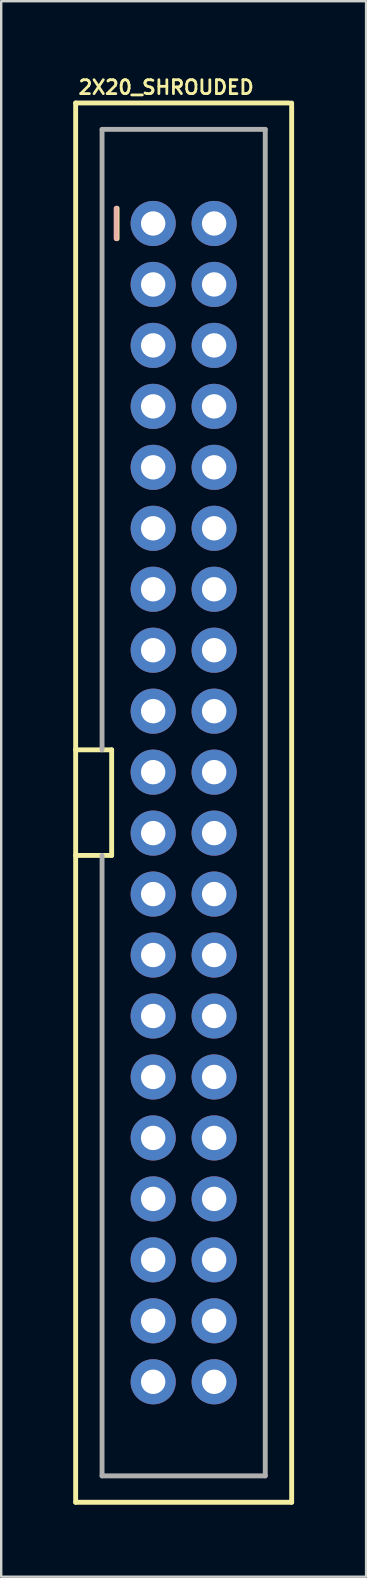
<source format=kicad_pcb>
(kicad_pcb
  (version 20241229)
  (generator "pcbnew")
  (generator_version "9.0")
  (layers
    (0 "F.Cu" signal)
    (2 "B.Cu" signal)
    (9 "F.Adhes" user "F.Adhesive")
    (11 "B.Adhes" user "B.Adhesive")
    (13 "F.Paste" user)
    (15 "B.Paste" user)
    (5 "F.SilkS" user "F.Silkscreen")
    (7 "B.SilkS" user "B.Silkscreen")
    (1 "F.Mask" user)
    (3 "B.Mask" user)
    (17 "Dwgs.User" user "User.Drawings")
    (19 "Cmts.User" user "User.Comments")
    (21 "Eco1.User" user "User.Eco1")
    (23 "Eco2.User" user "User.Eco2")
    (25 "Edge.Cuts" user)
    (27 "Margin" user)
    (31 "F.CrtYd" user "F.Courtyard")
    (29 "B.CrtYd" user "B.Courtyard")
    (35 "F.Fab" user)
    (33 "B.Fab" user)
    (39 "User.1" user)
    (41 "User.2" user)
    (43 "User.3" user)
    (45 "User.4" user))
  (footprint "2X20_SHROUDED"
    (layer "F.Cu")
    (at 4.602 30.391)
    (property "Reference" "2X20_SHROUDED" (at -4.445 -29.464 0) (layer "F.SilkS") (effects (font (size 0.579 0.579) (thickness 0.116)) (justify left bottom)))
    (attr through_hole)
    (fp_line (start -4.5 -29.15) (end 4.4 -29.15) (stroke (width 0.203) (type solid)) (layer "F.SilkS"))
    (fp_line (start -4.5 -2.2) (end -3 -2.2) (stroke (width 0.203) (type solid)) (layer "F.SilkS"))
    (fp_line (start -4.5 29.15) (end -4.5 -29.15) (stroke (width 0.203) (type solid)) (layer "F.SilkS"))
    (fp_line (start -3 -2.2) (end -3 2.2) (stroke (width 0.203) (type solid)) (layer "F.SilkS"))
    (fp_line (start -3 2.2) (end -4.5 2.2) (stroke (width 0.203) (type solid)) (layer "F.SilkS"))
    (fp_line (start -2.775 -24.765) (end -2.775 -23.495) (stroke (width 0.203) (type solid)) (layer "F.SilkS"))
    (fp_line (start 4.5 -29.15) (end 4.5 29.15) (stroke (width 0.203) (type solid)) (layer "F.SilkS"))
    (fp_line (start 4.5 29.15) (end -4.5 29.15) (stroke (width 0.203) (type solid)) (layer "F.SilkS"))
    (fp_line (start -2.813 -24.765) (end -2.813 -23.495) (stroke (width 0.203) (type solid)) (layer "B.SilkS"))
    (fp_line (start -3.4 -28.05) (end -3.4 -2.2) (stroke (width 0.203) (type solid)) (layer "F.Fab"))
    (fp_line (start -3.4 -28.05) (end 3.4 -28.05) (stroke (width 0.203) (type solid)) (layer "F.Fab"))
    (fp_line (start -3.4 28.05) (end -3.4 2.2) (stroke (width 0.203) (type solid)) (layer "F.Fab"))
    (fp_line (start -3.4 28.05) (end 3.4 28.05) (stroke (width 0.203) (type solid)) (layer "F.Fab"))
    (fp_line (start 3.4 -28.05) (end 3.4 28.05) (stroke (width 0.203) (type solid)) (layer "F.Fab"))
    (fp_poly (pts (xy -1.524 -23.876) (xy -1.016 -23.876) (xy -1.016 -24.384) (xy -1.524 -24.384)) (stroke (width 0.1) (type solid)) (fill no) (layer "F.Fab"))
    (fp_poly (pts (xy -1.524 -21.336) (xy -1.016 -21.336) (xy -1.016 -21.844) (xy -1.524 -21.844)) (stroke (width 0.1) (type solid)) (fill no) (layer "F.Fab"))
    (fp_poly (pts (xy -1.524 -18.796) (xy -1.016 -18.796) (xy -1.016 -19.304) (xy -1.524 -19.304)) (stroke (width 0.1) (type solid)) (fill no) (layer "F.Fab"))
    (fp_poly (pts (xy -1.524 -16.256) (xy -1.016 -16.256) (xy -1.016 -16.764) (xy -1.524 -16.764)) (stroke (width 0.1) (type solid)) (fill no) (layer "F.Fab"))
    (fp_poly (pts (xy -1.524 -16.256) (xy -1.016 -16.256) (xy -1.016 -16.764) (xy -1.524 -16.764)) (stroke (width 0.1) (type solid)) (fill no) (layer "F.Fab"))
    (fp_poly (pts (xy -1.524 -13.716) (xy -1.016 -13.716) (xy -1.016 -14.224) (xy -1.524 -14.224)) (stroke (width 0.1) (type solid)) (fill no) (layer "F.Fab"))
    (fp_poly (pts (xy -1.524 -11.176) (xy -1.016 -11.176) (xy -1.016 -11.684) (xy -1.524 -11.684)) (stroke (width 0.1) (type solid)) (fill no) (layer "F.Fab"))
    (fp_poly (pts (xy -1.524 -8.636) (xy -1.016 -8.636) (xy -1.016 -9.144) (xy -1.524 -9.144)) (stroke (width 0.1) (type solid)) (fill no) (layer "F.Fab"))
    (fp_poly (pts (xy -1.524 -6.096) (xy -1.016 -6.096) (xy -1.016 -6.604) (xy -1.524 -6.604)) (stroke (width 0.1) (type solid)) (fill no) (layer "F.Fab"))
    (fp_poly (pts (xy -1.524 -3.556) (xy -1.016 -3.556) (xy -1.016 -4.064) (xy -1.524 -4.064)) (stroke (width 0.1) (type solid)) (fill no) (layer "F.Fab"))
    (fp_poly (pts (xy -1.524 -3.556) (xy -1.016 -3.556) (xy -1.016 -4.064) (xy -1.524 -4.064)) (stroke (width 0.1) (type solid)) (fill no) (layer "F.Fab"))
    (fp_poly (pts (xy -1.524 -1.016) (xy -1.016 -1.016) (xy -1.016 -1.524) (xy -1.524 -1.524)) (stroke (width 0.1) (type solid)) (fill no) (layer "F.Fab"))
    (fp_poly (pts (xy -1.524 1.524) (xy -1.016 1.524) (xy -1.016 1.016) (xy -1.524 1.016)) (stroke (width 0.1) (type solid)) (fill no) (layer "F.Fab"))
    (fp_poly (pts (xy -1.524 4.064) (xy -1.016 4.064) (xy -1.016 3.556) (xy -1.524 3.556)) (stroke (width 0.1) (type solid)) (fill no) (layer "F.Fab"))
    (fp_poly (pts (xy -1.524 4.064) (xy -1.016 4.064) (xy -1.016 3.556) (xy -1.524 3.556)) (stroke (width 0.1) (type solid)) (fill no) (layer "F.Fab"))
    (fp_poly (pts (xy -1.524 6.604) (xy -1.016 6.604) (xy -1.016 6.096) (xy -1.524 6.096)) (stroke (width 0.1) (type solid)) (fill no) (layer "F.Fab"))
    (fp_poly (pts (xy -1.524 9.144) (xy -1.016 9.144) (xy -1.016 8.636) (xy -1.524 8.636)) (stroke (width 0.1) (type solid)) (fill no) (layer "F.Fab"))
    (fp_poly (pts (xy -1.524 11.684) (xy -1.016 11.684) (xy -1.016 11.176) (xy -1.524 11.176)) (stroke (width 0.1) (type solid)) (fill no) (layer "F.Fab"))
    (fp_poly (pts (xy -1.524 14.224) (xy -1.016 14.224) (xy -1.016 13.716) (xy -1.524 13.716)) (stroke (width 0.1) (type solid)) (fill no) (layer "F.Fab"))
    (fp_poly (pts (xy -1.524 16.764) (xy -1.016 16.764) (xy -1.016 16.256) (xy -1.524 16.256)) (stroke (width 0.1) (type solid)) (fill no) (layer "F.Fab"))
    (fp_poly (pts (xy -1.524 19.304) (xy -1.016 19.304) (xy -1.016 18.796) (xy -1.524 18.796)) (stroke (width 0.1) (type solid)) (fill no) (layer "F.Fab"))
    (fp_poly (pts (xy -1.524 21.844) (xy -1.016 21.844) (xy -1.016 21.336) (xy -1.524 21.336)) (stroke (width 0.1) (type solid)) (fill no) (layer "F.Fab"))
    (fp_poly (pts (xy -1.524 24.384) (xy -1.016 24.384) (xy -1.016 23.876) (xy -1.524 23.876)) (stroke (width 0.1) (type solid)) (fill no) (layer "F.Fab"))
    (fp_poly (pts (xy 1.016 -23.876) (xy 1.524 -23.876) (xy 1.524 -24.384) (xy 1.016 -24.384)) (stroke (width 0.1) (type solid)) (fill no) (layer "F.Fab"))
    (fp_poly (pts (xy 1.016 -21.336) (xy 1.524 -21.336) (xy 1.524 -21.844) (xy 1.016 -21.844)) (stroke (width 0.1) (type solid)) (fill no) (layer "F.Fab"))
    (fp_poly (pts (xy 1.016 -18.796) (xy 1.524 -18.796) (xy 1.524 -19.304) (xy 1.016 -19.304)) (stroke (width 0.1) (type solid)) (fill no) (layer "F.Fab"))
    (fp_poly (pts (xy 1.016 -16.256) (xy 1.524 -16.256) (xy 1.524 -16.764) (xy 1.016 -16.764)) (stroke (width 0.1) (type solid)) (fill no) (layer "F.Fab"))
    (fp_poly (pts (xy 1.016 -16.256) (xy 1.524 -16.256) (xy 1.524 -16.764) (xy 1.016 -16.764)) (stroke (width 0.1) (type solid)) (fill no) (layer "F.Fab"))
    (fp_poly (pts (xy 1.016 -13.716) (xy 1.524 -13.716) (xy 1.524 -14.224) (xy 1.016 -14.224)) (stroke (width 0.1) (type solid)) (fill no) (layer "F.Fab"))
    (fp_poly (pts (xy 1.016 -11.176) (xy 1.524 -11.176) (xy 1.524 -11.684) (xy 1.016 -11.684)) (stroke (width 0.1) (type solid)) (fill no) (layer "F.Fab"))
    (fp_poly (pts (xy 1.016 -8.636) (xy 1.524 -8.636) (xy 1.524 -9.144) (xy 1.016 -9.144)) (stroke (width 0.1) (type solid)) (fill no) (layer "F.Fab"))
    (fp_poly (pts (xy 1.016 -6.096) (xy 1.524 -6.096) (xy 1.524 -6.604) (xy 1.016 -6.604)) (stroke (width 0.1) (type solid)) (fill no) (layer "F.Fab"))
    (fp_poly (pts (xy 1.016 -3.556) (xy 1.524 -3.556) (xy 1.524 -4.064) (xy 1.016 -4.064)) (stroke (width 0.1) (type solid)) (fill no) (layer "F.Fab"))
    (fp_poly (pts (xy 1.016 -3.556) (xy 1.524 -3.556) (xy 1.524 -4.064) (xy 1.016 -4.064)) (stroke (width 0.1) (type solid)) (fill no) (layer "F.Fab"))
    (fp_poly (pts (xy 1.016 -1.016) (xy 1.524 -1.016) (xy 1.524 -1.524) (xy 1.016 -1.524)) (stroke (width 0.1) (type solid)) (fill no) (layer "F.Fab"))
    (fp_poly (pts (xy 1.016 1.524) (xy 1.524 1.524) (xy 1.524 1.016) (xy 1.016 1.016)) (stroke (width 0.1) (type solid)) (fill no) (layer "F.Fab"))
    (fp_poly (pts (xy 1.016 4.064) (xy 1.524 4.064) (xy 1.524 3.556) (xy 1.016 3.556)) (stroke (width 0.1) (type solid)) (fill no) (layer "F.Fab"))
    (fp_poly (pts (xy 1.016 4.064) (xy 1.524 4.064) (xy 1.524 3.556) (xy 1.016 3.556)) (stroke (width 0.1) (type solid)) (fill no) (layer "F.Fab"))
    (fp_poly (pts (xy 1.016 6.604) (xy 1.524 6.604) (xy 1.524 6.096) (xy 1.016 6.096)) (stroke (width 0.1) (type solid)) (fill no) (layer "F.Fab"))
    (fp_poly (pts (xy 1.016 9.144) (xy 1.524 9.144) (xy 1.524 8.636) (xy 1.016 8.636)) (stroke (width 0.1) (type solid)) (fill no) (layer "F.Fab"))
    (fp_poly (pts (xy 1.016 11.684) (xy 1.524 11.684) (xy 1.524 11.176) (xy 1.016 11.176)) (stroke (width 0.1) (type solid)) (fill no) (layer "F.Fab"))
    (fp_poly (pts (xy 1.016 14.224) (xy 1.524 14.224) (xy 1.524 13.716) (xy 1.016 13.716)) (stroke (width 0.1) (type solid)) (fill no) (layer "F.Fab"))
    (fp_poly (pts (xy 1.016 16.764) (xy 1.524 16.764) (xy 1.524 16.256) (xy 1.016 16.256)) (stroke (width 0.1) (type solid)) (fill no) (layer "F.Fab"))
    (fp_poly (pts (xy 1.016 19.304) (xy 1.524 19.304) (xy 1.524 18.796) (xy 1.016 18.796)) (stroke (width 0.1) (type solid)) (fill no) (layer "F.Fab"))
    (fp_poly (pts (xy 1.016 21.844) (xy 1.524 21.844) (xy 1.524 21.336) (xy 1.016 21.336)) (stroke (width 0.1) (type solid)) (fill no) (layer "F.Fab"))
    (fp_poly (pts (xy 1.016 24.384) (xy 1.524 24.384) (xy 1.524 23.876) (xy 1.016 23.876)) (stroke (width 0.1) (type solid)) (fill no) (layer "F.Fab"))
    (pad "1" thru_hole circle (at -1.27 -24.13 270) (size 1.88 1.88) (drill 1.016) (layers "*.Cu" "*.Mask"))
    (pad "2" thru_hole circle (at 1.27 -24.13 270) (size 1.88 1.88) (drill 1.016) (layers "*.Cu" "*.Mask"))
    (pad "3" thru_hole circle (at -1.27 -21.59 270) (size 1.88 1.88) (drill 1.016) (layers "*.Cu" "*.Mask"))
    (pad "4" thru_hole circle (at 1.27 -21.59 270) (size 1.88 1.88) (drill 1.016) (layers "*.Cu" "*.Mask"))
    (pad "5" thru_hole circle (at -1.27 -19.05 270) (size 1.88 1.88) (drill 1.016) (layers "*.Cu" "*.Mask"))
    (pad "6" thru_hole circle (at 1.27 -19.05 270) (size 1.88 1.88) (drill 1.016) (layers "*.Cu" "*.Mask"))
    (pad "7" thru_hole circle (at -1.27 -16.51 270) (size 1.88 1.88) (drill 1.016) (layers "*.Cu" "*.Mask"))
    (pad "8" thru_hole circle (at 1.27 -16.51 270) (size 1.88 1.88) (drill 1.016) (layers "*.Cu" "*.Mask"))
    (pad "9" thru_hole circle (at -1.27 -13.97 270) (size 1.88 1.88) (drill 1.016) (layers "*.Cu" "*.Mask"))
    (pad "10" thru_hole circle (at 1.27 -13.97 270) (size 1.88 1.88) (drill 1.016) (layers "*.Cu" "*.Mask"))
    (pad "11" thru_hole circle (at -1.27 -11.43 270) (size 1.88 1.88) (drill 1.016) (layers "*.Cu" "*.Mask"))
    (pad "12" thru_hole circle (at 1.27 -11.43 270) (size 1.88 1.88) (drill 1.016) (layers "*.Cu" "*.Mask"))
    (pad "13" thru_hole circle (at -1.27 -8.89 270) (size 1.88 1.88) (drill 1.016) (layers "*.Cu" "*.Mask"))
    (pad "14" thru_hole circle (at 1.27 -8.89 270) (size 1.88 1.88) (drill 1.016) (layers "*.Cu" "*.Mask"))
    (pad "15" thru_hole circle (at -1.27 -6.35 270) (size 1.88 1.88) (drill 1.016) (layers "*.Cu" "*.Mask"))
    (pad "16" thru_hole circle (at 1.27 -6.35 270) (size 1.88 1.88) (drill 1.016) (layers "*.Cu" "*.Mask"))
    (pad "17" thru_hole circle (at -1.27 -3.81 270) (size 1.88 1.88) (drill 1.016) (layers "*.Cu" "*.Mask"))
    (pad "18" thru_hole circle (at 1.27 -3.81 270) (size 1.88 1.88) (drill 1.016) (layers "*.Cu" "*.Mask"))
    (pad "19" thru_hole circle (at -1.27 -1.27 270) (size 1.88 1.88) (drill 1.016) (layers "*.Cu" "*.Mask"))
    (pad "20" thru_hole circle (at 1.27 -1.27 270) (size 1.88 1.88) (drill 1.016) (layers "*.Cu" "*.Mask"))
    (pad "21" thru_hole circle (at -1.27 1.27 270) (size 1.88 1.88) (drill 1.016) (layers "*.Cu" "*.Mask"))
    (pad "22" thru_hole circle (at 1.27 1.27 270) (size 1.88 1.88) (drill 1.016) (layers "*.Cu" "*.Mask"))
    (pad "23" thru_hole circle (at -1.27 3.81 270) (size 1.88 1.88) (drill 1.016) (layers "*.Cu" "*.Mask"))
    (pad "24" thru_hole circle (at 1.27 3.81 270) (size 1.88 1.88) (drill 1.016) (layers "*.Cu" "*.Mask"))
    (pad "25" thru_hole circle (at -1.27 6.35 270) (size 1.88 1.88) (drill 1.016) (layers "*.Cu" "*.Mask"))
    (pad "26" thru_hole circle (at 1.27 6.35 270) (size 1.88 1.88) (drill 1.016) (layers "*.Cu" "*.Mask"))
    (pad "27" thru_hole circle (at -1.27 8.89 270) (size 1.88 1.88) (drill 1.016) (layers "*.Cu" "*.Mask"))
    (pad "28" thru_hole circle (at 1.27 8.89 270) (size 1.88 1.88) (drill 1.016) (layers "*.Cu" "*.Mask"))
    (pad "29" thru_hole circle (at -1.27 11.43 270) (size 1.88 1.88) (drill 1.016) (layers "*.Cu" "*.Mask"))
    (pad "30" thru_hole circle (at 1.27 11.43 270) (size 1.88 1.88) (drill 1.016) (layers "*.Cu" "*.Mask"))
    (pad "31" thru_hole circle (at -1.27 13.97 270) (size 1.88 1.88) (drill 1.016) (layers "*.Cu" "*.Mask"))
    (pad "32" thru_hole circle (at 1.27 13.97 270) (size 1.88 1.88) (drill 1.016) (layers "*.Cu" "*.Mask"))
    (pad "33" thru_hole circle (at -1.27 16.51 270) (size 1.88 1.88) (drill 1.016) (layers "*.Cu" "*.Mask"))
    (pad "34" thru_hole circle (at 1.27 16.51 270) (size 1.88 1.88) (drill 1.016) (layers "*.Cu" "*.Mask"))
    (pad "35" thru_hole circle (at -1.27 19.05 270) (size 1.88 1.88) (drill 1.016) (layers "*.Cu" "*.Mask"))
    (pad "36" thru_hole circle (at 1.27 19.05 270) (size 1.88 1.88) (drill 1.016) (layers "*.Cu" "*.Mask"))
    (pad "37" thru_hole circle (at -1.27 21.59 270) (size 1.88 1.88) (drill 1.016) (layers "*.Cu" "*.Mask"))
    (pad "38" thru_hole circle (at 1.27 21.59 270) (size 1.88 1.88) (drill 1.016) (layers "*.Cu" "*.Mask"))
    (pad "39" thru_hole circle (at -1.27 24.13 270) (size 1.88 1.88) (drill 1.016) (layers "*.Cu" "*.Mask"))
    (pad "40" thru_hole circle (at 1.27 24.13 270) (size 1.88 1.88) (drill 1.016) (layers "*.Cu" "*.Mask")))
  (gr_rect
    (start -3 -3)
    (end 12.203 62.642)
    (stroke (width 0.1) (type default))
    (fill no)
    (layer "Edge.Cuts")))
</source>
